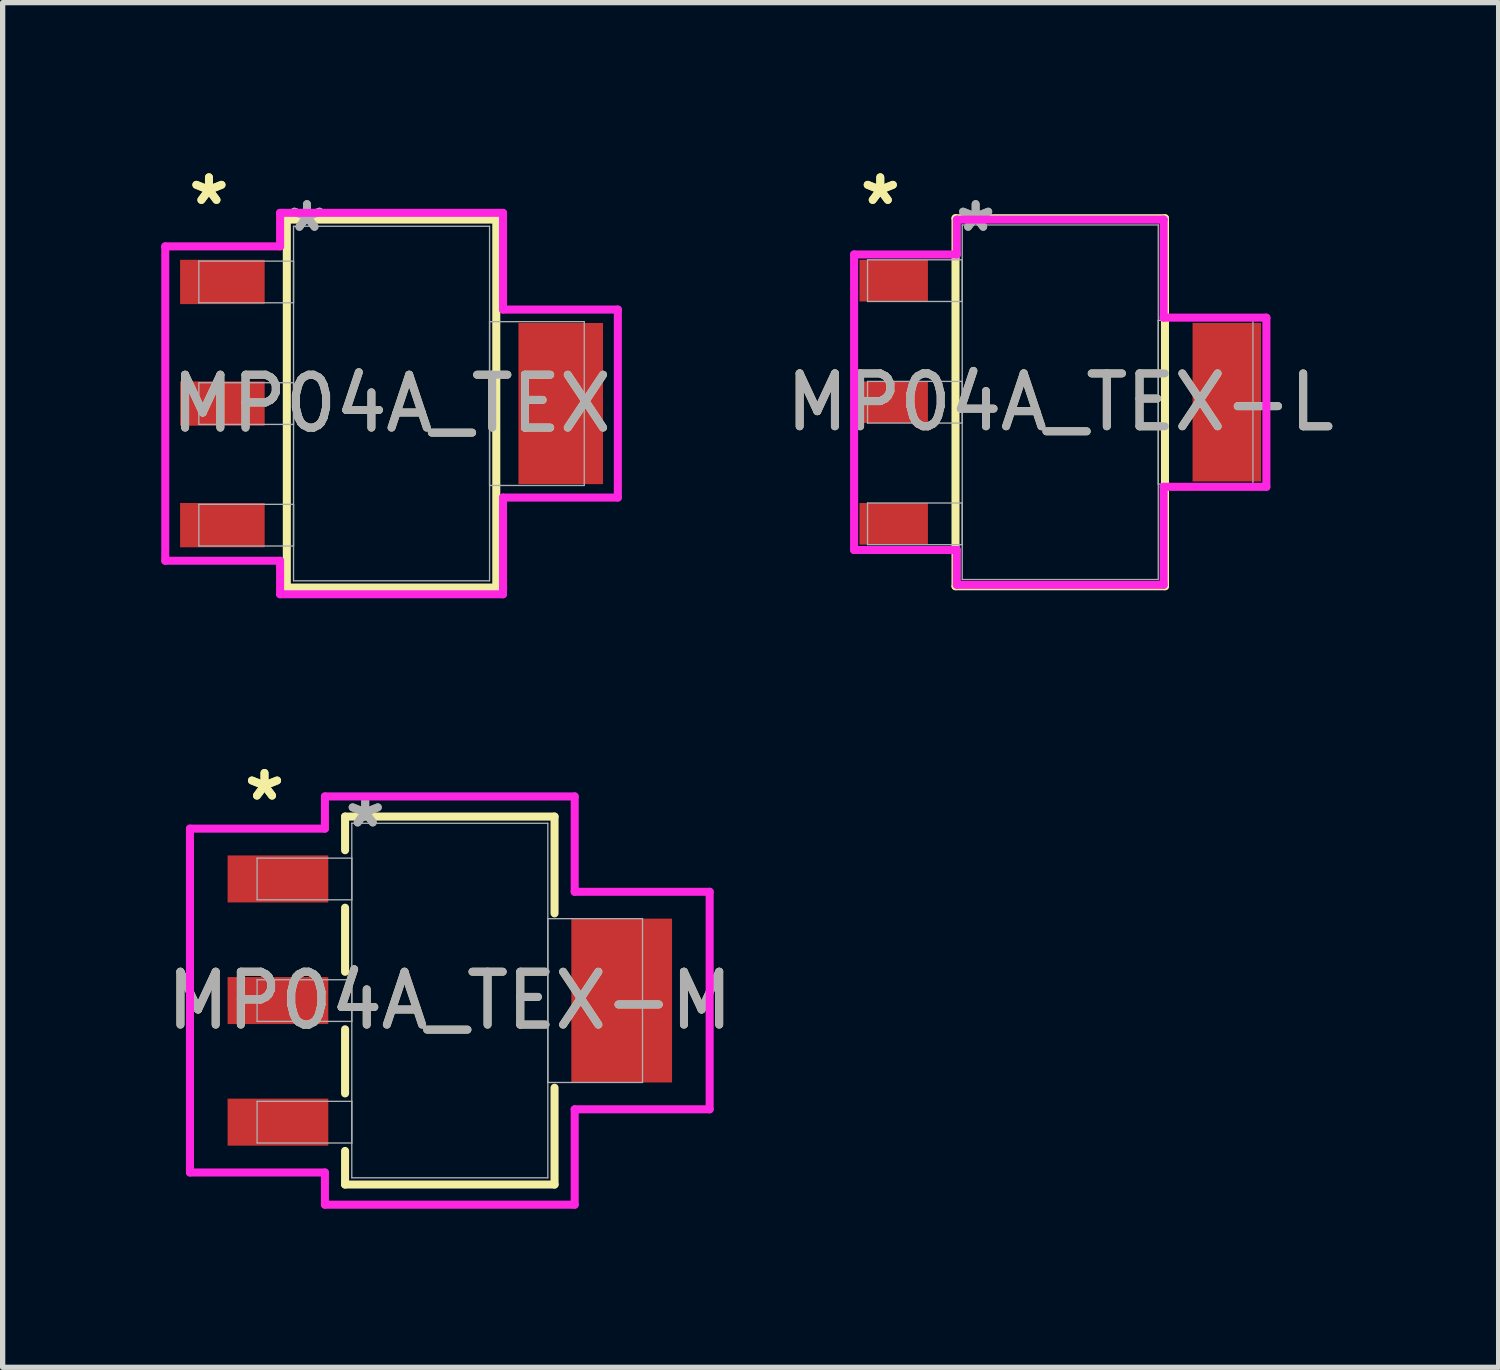
<source format=kicad_pcb>
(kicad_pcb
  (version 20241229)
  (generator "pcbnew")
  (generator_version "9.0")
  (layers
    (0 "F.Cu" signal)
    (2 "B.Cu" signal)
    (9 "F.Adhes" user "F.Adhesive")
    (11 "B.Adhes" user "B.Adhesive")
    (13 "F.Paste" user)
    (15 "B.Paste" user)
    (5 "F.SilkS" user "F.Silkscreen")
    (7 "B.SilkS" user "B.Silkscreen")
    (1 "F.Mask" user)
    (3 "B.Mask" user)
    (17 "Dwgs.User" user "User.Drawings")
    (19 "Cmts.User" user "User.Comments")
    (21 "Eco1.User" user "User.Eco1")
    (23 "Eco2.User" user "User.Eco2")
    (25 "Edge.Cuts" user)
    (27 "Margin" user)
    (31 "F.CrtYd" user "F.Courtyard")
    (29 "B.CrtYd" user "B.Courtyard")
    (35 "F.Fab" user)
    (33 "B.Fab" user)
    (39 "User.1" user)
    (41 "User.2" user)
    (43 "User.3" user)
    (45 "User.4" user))
  (footprint "MP04A_TEX"
    (layer "F.Cu")
    (at 4.356 4.583)
    (property "Reference" "MP04A_TEX" (at 0 0 0) (unlocked yes) (layer "F.SilkS") (effects (font (size 1 1) (thickness 0.15))))
    (attr smd)
    (fp_line (start -1.981 -3.48) (end -1.981 3.48) (stroke (width 0.152) (type solid)) (layer "F.SilkS"))
    (fp_line (start -1.981 3.48) (end 1.981 3.48) (stroke (width 0.152) (type solid)) (layer "F.SilkS"))
    (fp_line (start 1.981 -3.48) (end -1.981 -3.48) (stroke (width 0.152) (type solid)) (layer "F.SilkS"))
    (fp_line (start 1.981 3.48) (end 1.981 -3.48) (stroke (width 0.152) (type solid)) (layer "F.SilkS"))
    (fp_line (start -4.28 -2.973) (end -2.108 -2.973) (stroke (width 0.152) (type solid)) (layer "F.CrtYd"))
    (fp_line (start -4.28 2.973) (end -4.28 -2.973) (stroke (width 0.152) (type solid)) (layer "F.CrtYd"))
    (fp_line (start -2.108 -3.607) (end 2.108 -3.607) (stroke (width 0.152) (type solid)) (layer "F.CrtYd"))
    (fp_line (start -2.108 -2.973) (end -2.108 -3.607) (stroke (width 0.152) (type solid)) (layer "F.CrtYd"))
    (fp_line (start -2.108 2.973) (end -4.28 2.973) (stroke (width 0.152) (type solid)) (layer "F.CrtYd"))
    (fp_line (start -2.108 3.607) (end -2.108 2.973) (stroke (width 0.152) (type solid)) (layer "F.CrtYd"))
    (fp_line (start 2.108 -3.607) (end 2.108 -1.778) (stroke (width 0.152) (type solid)) (layer "F.CrtYd"))
    (fp_line (start 2.108 -1.778) (end 4.28 -1.778) (stroke (width 0.152) (type solid)) (layer "F.CrtYd"))
    (fp_line (start 2.108 1.778) (end 2.108 3.607) (stroke (width 0.152) (type solid)) (layer "F.CrtYd"))
    (fp_line (start 2.108 3.607) (end -2.108 3.607) (stroke (width 0.152) (type solid)) (layer "F.CrtYd"))
    (fp_line (start 4.28 -1.778) (end 4.28 1.778) (stroke (width 0.152) (type solid)) (layer "F.CrtYd"))
    (fp_line (start 4.28 1.778) (end 2.108 1.778) (stroke (width 0.152) (type solid)) (layer "F.CrtYd"))
    (fp_line (start -3.645 -2.694) (end -3.645 -1.906) (stroke (width 0.025) (type solid)) (layer "F.Fab"))
    (fp_line (start -3.645 -1.906) (end -1.854 -1.906) (stroke (width 0.025) (type solid)) (layer "F.Fab"))
    (fp_line (start -3.645 -0.394) (end -3.645 0.394) (stroke (width 0.025) (type solid)) (layer "F.Fab"))
    (fp_line (start -3.645 0.394) (end -1.854 0.394) (stroke (width 0.025) (type solid)) (layer "F.Fab"))
    (fp_line (start -3.645 1.906) (end -3.645 2.694) (stroke (width 0.025) (type solid)) (layer "F.Fab"))
    (fp_line (start -3.645 2.694) (end -1.854 2.694) (stroke (width 0.025) (type solid)) (layer "F.Fab"))
    (fp_line (start -1.854 -3.353) (end -1.854 3.353) (stroke (width 0.025) (type solid)) (layer "F.Fab"))
    (fp_line (start -1.854 -2.694) (end -3.645 -2.694) (stroke (width 0.025) (type solid)) (layer "F.Fab"))
    (fp_line (start -1.854 -1.906) (end -1.854 -2.694) (stroke (width 0.025) (type solid)) (layer "F.Fab"))
    (fp_line (start -1.854 -0.394) (end -3.645 -0.394) (stroke (width 0.025) (type solid)) (layer "F.Fab"))
    (fp_line (start -1.854 0.394) (end -1.854 -0.394) (stroke (width 0.025) (type solid)) (layer "F.Fab"))
    (fp_line (start -1.854 1.906) (end -3.645 1.906) (stroke (width 0.025) (type solid)) (layer "F.Fab"))
    (fp_line (start -1.854 2.694) (end -1.854 1.906) (stroke (width 0.025) (type solid)) (layer "F.Fab"))
    (fp_line (start -1.854 3.353) (end 1.854 3.353) (stroke (width 0.025) (type solid)) (layer "F.Fab"))
    (fp_line (start 1.854 -3.353) (end -1.854 -3.353) (stroke (width 0.025) (type solid)) (layer "F.Fab"))
    (fp_line (start 1.854 -1.549) (end 1.854 1.549) (stroke (width 0.025) (type solid)) (layer "F.Fab"))
    (fp_line (start 1.854 1.549) (end 3.645 1.549) (stroke (width 0.025) (type solid)) (layer "F.Fab"))
    (fp_line (start 1.854 3.353) (end 1.854 -3.353) (stroke (width 0.025) (type solid)) (layer "F.Fab"))
    (fp_line (start 3.645 -1.549) (end 1.854 -1.549) (stroke (width 0.025) (type solid)) (layer "F.Fab"))
    (fp_line (start 3.645 1.549) (end 3.645 -1.549) (stroke (width 0.025) (type solid)) (layer "F.Fab"))
    (fp_text user "*" (at -3.454 -3.735 0) (layer "F.SilkS") (effects (font (size 1 1) (thickness 0.15))))
    (fp_text user "*" (at -3.454 -3.735 0) (unlocked yes) (layer "F.SilkS") (effects (font (size 1 1) (thickness 0.15))))
    (fp_text user "*" (at -1.6 -3.227 0) (unlocked yes) (layer "F.Fab") (effects (font (size 1 1) (thickness 0.15))))
    (fp_text user "*" (at -1.6 -3.227 0) (layer "F.Fab") (effects (font (size 1 1) (thickness 0.15))))
    (fp_text user "${REFERENCE}" (at 0 0 0) (unlocked yes) (layer "F.Fab") (effects (font (size 1 1) (thickness 0.15))))
    (pad "1" smd rect (at -3.2 -2.3) (size 1.6 0.838) (layers "F.Cu" "F.Mask" "F.Paste"))
    (pad "2" smd rect (at -3.2 0) (size 1.6 0.838) (layers "F.Cu" "F.Mask" "F.Paste"))
    (pad "3" smd rect (at -3.2 2.3) (size 1.6 0.838) (layers "F.Cu" "F.Mask" "F.Paste"))
    (pad "4" smd rect (at 3.2 0) (size 1.6 3.048) (layers "F.Cu" "F.Mask" "F.Paste")))
  (footprint "MP04A_TEX-L"
    (layer "F.Cu")
    (at 17.004 4.558)
    (property "Reference" "MP04A_TEX-L" (at 0 0 0) (unlocked yes) (layer "F.SilkS") (effects (font (size 1 1) (thickness 0.15))))
    (attr smd)
    (fp_line (start -1.981 -3.48) (end -1.981 3.48) (stroke (width 0.152) (type solid)) (layer "F.SilkS"))
    (fp_line (start -1.981 3.48) (end 1.981 3.48) (stroke (width 0.152) (type solid)) (layer "F.SilkS"))
    (fp_line (start 1.981 -3.48) (end -1.981 -3.48) (stroke (width 0.152) (type solid)) (layer "F.SilkS"))
    (fp_line (start 1.981 3.48) (end 1.981 -3.48) (stroke (width 0.152) (type solid)) (layer "F.SilkS"))
    (fp_line (start -3.899 -2.795) (end -1.956 -2.795) (stroke (width 0.152) (type solid)) (layer "F.CrtYd"))
    (fp_line (start -3.899 2.795) (end -3.899 -2.795) (stroke (width 0.152) (type solid)) (layer "F.CrtYd"))
    (fp_line (start -1.956 -3.454) (end 1.956 -3.454) (stroke (width 0.152) (type solid)) (layer "F.CrtYd"))
    (fp_line (start -1.956 -2.795) (end -1.956 -3.454) (stroke (width 0.152) (type solid)) (layer "F.CrtYd"))
    (fp_line (start -1.956 2.795) (end -3.899 2.795) (stroke (width 0.152) (type solid)) (layer "F.CrtYd"))
    (fp_line (start -1.956 3.454) (end -1.956 2.795) (stroke (width 0.152) (type solid)) (layer "F.CrtYd"))
    (fp_line (start 1.956 -3.454) (end 1.956 -1.6) (stroke (width 0.152) (type solid)) (layer "F.CrtYd"))
    (fp_line (start 1.956 -1.6) (end 3.899 -1.6) (stroke (width 0.152) (type solid)) (layer "F.CrtYd"))
    (fp_line (start 1.956 1.6) (end 1.956 3.454) (stroke (width 0.152) (type solid)) (layer "F.CrtYd"))
    (fp_line (start 1.956 3.454) (end -1.956 3.454) (stroke (width 0.152) (type solid)) (layer "F.CrtYd"))
    (fp_line (start 3.899 -1.6) (end 3.899 1.6) (stroke (width 0.152) (type solid)) (layer "F.CrtYd"))
    (fp_line (start 3.899 1.6) (end 1.956 1.6) (stroke (width 0.152) (type solid)) (layer "F.CrtYd"))
    (fp_line (start -3.645 -2.694) (end -3.645 -1.906) (stroke (width 0.025) (type solid)) (layer "F.Fab"))
    (fp_line (start -3.645 -1.906) (end -1.854 -1.906) (stroke (width 0.025) (type solid)) (layer "F.Fab"))
    (fp_line (start -3.645 -0.394) (end -3.645 0.394) (stroke (width 0.025) (type solid)) (layer "F.Fab"))
    (fp_line (start -3.645 0.394) (end -1.854 0.394) (stroke (width 0.025) (type solid)) (layer "F.Fab"))
    (fp_line (start -3.645 1.906) (end -3.645 2.694) (stroke (width 0.025) (type solid)) (layer "F.Fab"))
    (fp_line (start -3.645 2.694) (end -1.854 2.694) (stroke (width 0.025) (type solid)) (layer "F.Fab"))
    (fp_line (start -1.854 -3.353) (end -1.854 3.353) (stroke (width 0.025) (type solid)) (layer "F.Fab"))
    (fp_line (start -1.854 -2.694) (end -3.645 -2.694) (stroke (width 0.025) (type solid)) (layer "F.Fab"))
    (fp_line (start -1.854 -1.906) (end -1.854 -2.694) (stroke (width 0.025) (type solid)) (layer "F.Fab"))
    (fp_line (start -1.854 -0.394) (end -3.645 -0.394) (stroke (width 0.025) (type solid)) (layer "F.Fab"))
    (fp_line (start -1.854 0.394) (end -1.854 -0.394) (stroke (width 0.025) (type solid)) (layer "F.Fab"))
    (fp_line (start -1.854 1.906) (end -3.645 1.906) (stroke (width 0.025) (type solid)) (layer "F.Fab"))
    (fp_line (start -1.854 2.694) (end -1.854 1.906) (stroke (width 0.025) (type solid)) (layer "F.Fab"))
    (fp_line (start -1.854 3.353) (end 1.854 3.353) (stroke (width 0.025) (type solid)) (layer "F.Fab"))
    (fp_line (start 1.854 -3.353) (end -1.854 -3.353) (stroke (width 0.025) (type solid)) (layer "F.Fab"))
    (fp_line (start 1.854 -1.549) (end 1.854 1.549) (stroke (width 0.025) (type solid)) (layer "F.Fab"))
    (fp_line (start 1.854 1.549) (end 3.645 1.549) (stroke (width 0.025) (type solid)) (layer "F.Fab"))
    (fp_line (start 1.854 3.353) (end 1.854 -3.353) (stroke (width 0.025) (type solid)) (layer "F.Fab"))
    (fp_line (start 3.645 -1.549) (end 1.854 -1.549) (stroke (width 0.025) (type solid)) (layer "F.Fab"))
    (fp_line (start 3.645 1.549) (end 3.645 -1.549) (stroke (width 0.025) (type solid)) (layer "F.Fab"))
    (fp_text user "*" (at -3.404 -3.71 0) (layer "F.SilkS") (effects (font (size 1 1) (thickness 0.15))))
    (fp_text user "*" (at -3.404 -3.71 0) (unlocked yes) (layer "F.SilkS") (effects (font (size 1 1) (thickness 0.15))))
    (fp_text user "*" (at -1.6 -3.202 0) (unlocked yes) (layer "F.Fab") (effects (font (size 1 1) (thickness 0.15))))
    (fp_text user "${REFERENCE}" (at 0 0 0) (unlocked yes) (layer "F.Fab") (effects (font (size 1 1) (thickness 0.15))))
    (fp_text user "*" (at -1.6 -3.202 0) (layer "F.Fab") (effects (font (size 1 1) (thickness 0.15))))
    (pad "1" smd rect (at -3.15 -2.3) (size 1.295 0.787) (layers "F.Cu" "F.Mask" "F.Paste"))
    (pad "2" smd rect (at -3.15 0) (size 1.295 0.787) (layers "F.Cu" "F.Mask" "F.Paste"))
    (pad "3" smd rect (at -3.15 2.3) (size 1.295 0.787) (layers "F.Cu" "F.Mask" "F.Paste"))
    (pad "4" smd rect (at 3.15 0) (size 1.295 2.997) (layers "F.Cu" "F.Mask" "F.Paste")))
  (footprint "MP04A_TEX-M"
    (layer "F.Cu")
    (at 5.458 15.875)
    (property "Reference" "MP04A_TEX-M" (at 0 0 0) (unlocked yes) (layer "F.SilkS") (effects (font (size 1 1) (thickness 0.15))))
    (attr smd)
    (fp_line (start -1.981 -3.48) (end -1.981 -2.844) (stroke (width 0.152) (type solid)) (layer "F.SilkS"))
    (fp_line (start -1.981 -1.756) (end -1.981 -0.544) (stroke (width 0.152) (type solid)) (layer "F.SilkS"))
    (fp_line (start -1.981 0.544) (end -1.981 1.756) (stroke (width 0.152) (type solid)) (layer "F.SilkS"))
    (fp_line (start -1.981 2.844) (end -1.981 3.48) (stroke (width 0.152) (type solid)) (layer "F.SilkS"))
    (fp_line (start -1.981 3.48) (end 1.981 3.48) (stroke (width 0.152) (type solid)) (layer "F.SilkS"))
    (fp_line (start 1.981 -3.48) (end -1.981 -3.48) (stroke (width 0.152) (type solid)) (layer "F.SilkS"))
    (fp_line (start 1.981 -1.649) (end 1.981 -3.48) (stroke (width 0.152) (type solid)) (layer "F.SilkS"))
    (fp_line (start 1.981 3.48) (end 1.981 1.649) (stroke (width 0.152) (type solid)) (layer "F.SilkS"))
    (fp_line (start -4.915 -3.252) (end -2.362 -3.252) (stroke (width 0.152) (type solid)) (layer "F.CrtYd"))
    (fp_line (start -4.915 3.252) (end -4.915 -3.252) (stroke (width 0.152) (type solid)) (layer "F.CrtYd"))
    (fp_line (start -2.362 -3.861) (end 2.362 -3.861) (stroke (width 0.152) (type solid)) (layer "F.CrtYd"))
    (fp_line (start -2.362 -3.252) (end -2.362 -3.861) (stroke (width 0.152) (type solid)) (layer "F.CrtYd"))
    (fp_line (start -2.362 3.252) (end -4.915 3.252) (stroke (width 0.152) (type solid)) (layer "F.CrtYd"))
    (fp_line (start -2.362 3.861) (end -2.362 3.252) (stroke (width 0.152) (type solid)) (layer "F.CrtYd"))
    (fp_line (start 2.362 -3.861) (end 2.362 -2.057) (stroke (width 0.152) (type solid)) (layer "F.CrtYd"))
    (fp_line (start 2.362 -2.057) (end 4.915 -2.057) (stroke (width 0.152) (type solid)) (layer "F.CrtYd"))
    (fp_line (start 2.362 2.057) (end 2.362 3.861) (stroke (width 0.152) (type solid)) (layer "F.CrtYd"))
    (fp_line (start 2.362 3.861) (end -2.362 3.861) (stroke (width 0.152) (type solid)) (layer "F.CrtYd"))
    (fp_line (start 4.915 -2.057) (end 4.915 2.057) (stroke (width 0.152) (type solid)) (layer "F.CrtYd"))
    (fp_line (start 4.915 2.057) (end 2.362 2.057) (stroke (width 0.152) (type solid)) (layer "F.CrtYd"))
    (fp_line (start -3.645 -2.694) (end -3.645 -1.906) (stroke (width 0.025) (type solid)) (layer "F.Fab"))
    (fp_line (start -3.645 -1.906) (end -1.854 -1.906) (stroke (width 0.025) (type solid)) (layer "F.Fab"))
    (fp_line (start -3.645 -0.394) (end -3.645 0.394) (stroke (width 0.025) (type solid)) (layer "F.Fab"))
    (fp_line (start -3.645 0.394) (end -1.854 0.394) (stroke (width 0.025) (type solid)) (layer "F.Fab"))
    (fp_line (start -3.645 1.906) (end -3.645 2.694) (stroke (width 0.025) (type solid)) (layer "F.Fab"))
    (fp_line (start -3.645 2.694) (end -1.854 2.694) (stroke (width 0.025) (type solid)) (layer "F.Fab"))
    (fp_line (start -1.854 -3.353) (end -1.854 3.353) (stroke (width 0.025) (type solid)) (layer "F.Fab"))
    (fp_line (start -1.854 -2.694) (end -3.645 -2.694) (stroke (width 0.025) (type solid)) (layer "F.Fab"))
    (fp_line (start -1.854 -1.906) (end -1.854 -2.694) (stroke (width 0.025) (type solid)) (layer "F.Fab"))
    (fp_line (start -1.854 -0.394) (end -3.645 -0.394) (stroke (width 0.025) (type solid)) (layer "F.Fab"))
    (fp_line (start -1.854 0.394) (end -1.854 -0.394) (stroke (width 0.025) (type solid)) (layer "F.Fab"))
    (fp_line (start -1.854 1.906) (end -3.645 1.906) (stroke (width 0.025) (type solid)) (layer "F.Fab"))
    (fp_line (start -1.854 2.694) (end -1.854 1.906) (stroke (width 0.025) (type solid)) (layer "F.Fab"))
    (fp_line (start -1.854 3.353) (end 1.854 3.353) (stroke (width 0.025) (type solid)) (layer "F.Fab"))
    (fp_line (start 1.854 -3.353) (end -1.854 -3.353) (stroke (width 0.025) (type solid)) (layer "F.Fab"))
    (fp_line (start 1.854 -1.549) (end 1.854 1.549) (stroke (width 0.025) (type solid)) (layer "F.Fab"))
    (fp_line (start 1.854 1.549) (end 3.645 1.549) (stroke (width 0.025) (type solid)) (layer "F.Fab"))
    (fp_line (start 1.854 3.353) (end 1.854 -3.353) (stroke (width 0.025) (type solid)) (layer "F.Fab"))
    (fp_line (start 3.645 -1.549) (end 1.854 -1.549) (stroke (width 0.025) (type solid)) (layer "F.Fab"))
    (fp_line (start 3.645 1.549) (end 3.645 -1.549) (stroke (width 0.025) (type solid)) (layer "F.Fab"))
    (fp_text user "*" (at -3.505 -3.76 0) (unlocked yes) (layer "F.SilkS") (effects (font (size 1 1) (thickness 0.15))))
    (fp_text user "*" (at -3.505 -3.76 0) (layer "F.SilkS") (effects (font (size 1 1) (thickness 0.15))))
    (fp_text user "*" (at -1.6 -3.252 0) (unlocked yes) (layer "F.Fab") (effects (font (size 1 1) (thickness 0.15))))
    (fp_text user "*" (at -1.6 -3.252 0) (layer "F.Fab") (effects (font (size 1 1) (thickness 0.15))))
    (fp_text user "${REFERENCE}" (at 0 0 0) (unlocked yes) (layer "F.Fab") (effects (font (size 1 1) (thickness 0.15))))
    (pad "1" smd rect (at -3.251 -2.3) (size 1.905 0.889) (layers "F.Cu" "F.Mask" "F.Paste"))
    (pad "2" smd rect (at -3.251 0) (size 1.905 0.889) (layers "F.Cu" "F.Mask" "F.Paste"))
    (pad "3" smd rect (at -3.251 2.3) (size 1.905 0.889) (layers "F.Cu" "F.Mask" "F.Paste"))
    (pad "4" smd rect (at 3.251 0) (size 1.905 3.099) (layers "F.Cu" "F.Mask" "F.Paste")))
  (gr_rect
    (start -3 -3)
    (end 25.296 22.812)
    (stroke (width 0.1) (type default))
    (fill no)
    (layer "Edge.Cuts")))
</source>
